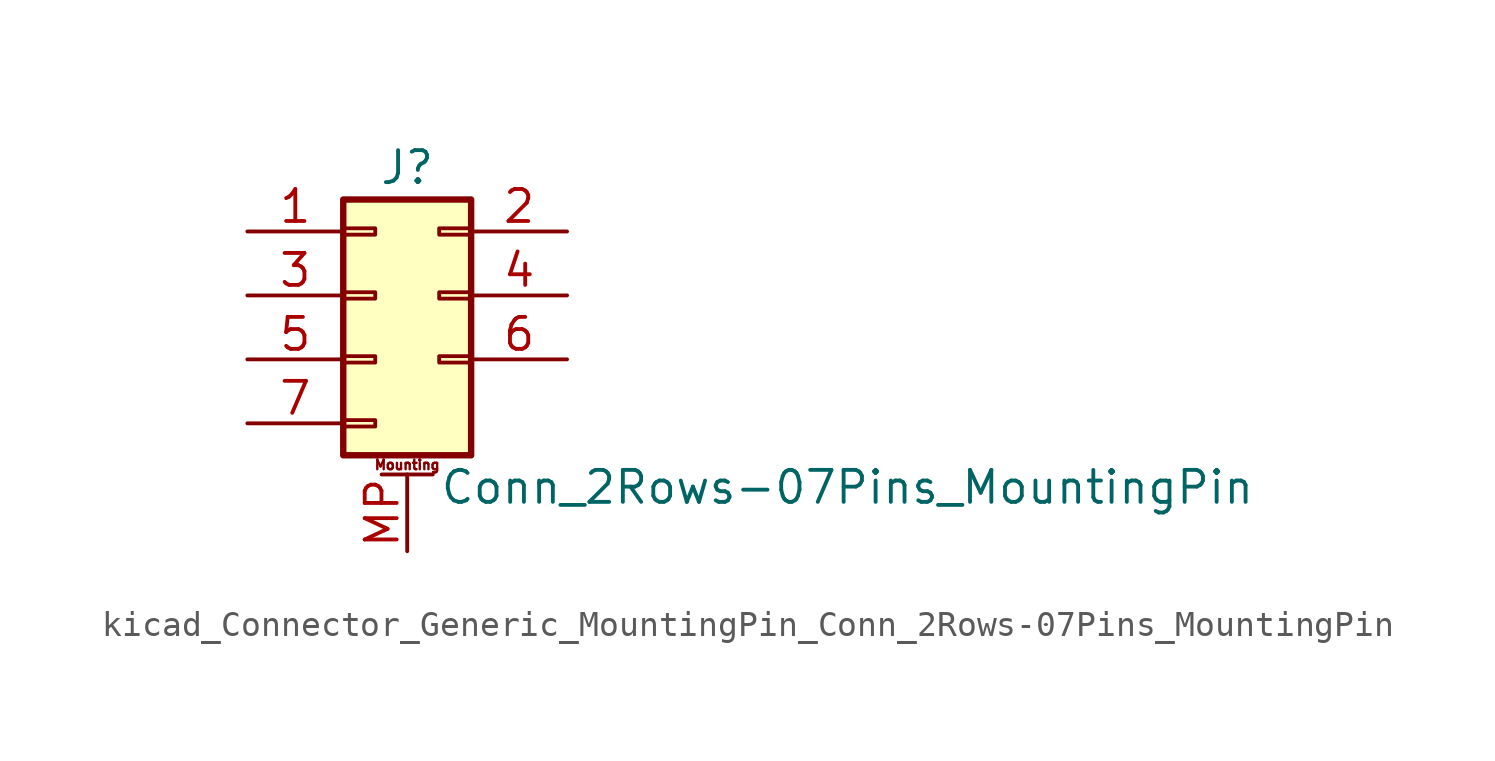
<source format=kicad_sym>
(kicad_symbol_lib
  (version 20220914)
  (generator kicad_symbol_editor)
  (symbol "kicad_Connector_Generic_MountingPin_Conn_2Rows-07Pins_MountingPin"
    (pin_names
      (offset 1.016) hide)
    (property "Reference" "J"
      (at 1.27 5.08 0)
      (effects (font (size 1.27 1.27))))
    (property "Value" "Conn_2Rows-07Pins_MountingPin"
      (at 2.54 -7.62 0)
      (effects (font (size 1.27 1.27)) (justify left)))
    (symbol "kicad_Connector_Generic_MountingPin_Conn_2Rows-07Pins_MountingPin_1_1"
      (rectangle (start -1.27 -4.953) (end 0 -5.207) (stroke (width 0.152) (type default)) (fill (type none)))
      (rectangle (start -1.27 -2.413) (end 0 -2.667) (stroke (width 0.152) (type default)) (fill (type none)))
      (rectangle (start -1.27 0.127) (end 0 -0.127) (stroke (width 0.152) (type default)) (fill (type none)))
      (rectangle (start -1.27 2.667) (end 0 2.413) (stroke (width 0.152) (type default)) (fill (type none)))
      (rectangle (start -1.27 3.81) (end 3.81 -6.35) (stroke (width 0.254) (type default)) (fill (type background)))
      (polyline (pts (xy 0.254 -7.112) (xy 2.286 -7.112)) (stroke (width 0.152) (type default)) (fill (type none)))
      (rectangle (start 3.81 -2.413) (end 2.54 -2.667) (stroke (width 0.152) (type default)) (fill (type none)))
      (rectangle (start 3.81 0.127) (end 2.54 -0.127) (stroke (width 0.152) (type default)) (fill (type none)))
      (rectangle (start 3.81 2.667) (end 2.54 2.413) (stroke (width 0.152) (type default)) (fill (type none)))
      (text "Mounting" (at 1.27 -6.731 0) (effects (font (size 0.381 0.381))))
      (pin passive line (at -5.08 2.54 0) (length 3.81) (name "Pin_1" (effects (font (size 1.27 1.27)))) (number "1" (effects (font (size 1.27 1.27)))))
      (pin passive line (at 7.62 2.54 180) (length 3.81) (name "Pin_2" (effects (font (size 1.27 1.27)))) (number "2" (effects (font (size 1.27 1.27)))))
      (pin passive line (at -5.08 0 0) (length 3.81) (name "Pin_3" (effects (font (size 1.27 1.27)))) (number "3" (effects (font (size 1.27 1.27)))))
      (pin passive line (at 7.62 0 180) (length 3.81) (name "Pin_4" (effects (font (size 1.27 1.27)))) (number "4" (effects (font (size 1.27 1.27)))))
      (pin passive line (at -5.08 -2.54 0) (length 3.81) (name "Pin_5" (effects (font (size 1.27 1.27)))) (number "5" (effects (font (size 1.27 1.27)))))
      (pin passive line (at 7.62 -2.54 180) (length 3.81) (name "Pin_6" (effects (font (size 1.27 1.27)))) (number "6" (effects (font (size 1.27 1.27)))))
      (pin passive line (at -5.08 -5.08 0) (length 3.81) (name "Pin_7" (effects (font (size 1.27 1.27)))) (number "7" (effects (font (size 1.27 1.27)))))
      (pin passive line (at 1.27 -10.16 90) (length 3.048) (name "MountPin" (effects (font (size 1.27 1.27)))) (number "MP" (effects (font (size 1.27 1.27))))))))
</source>
